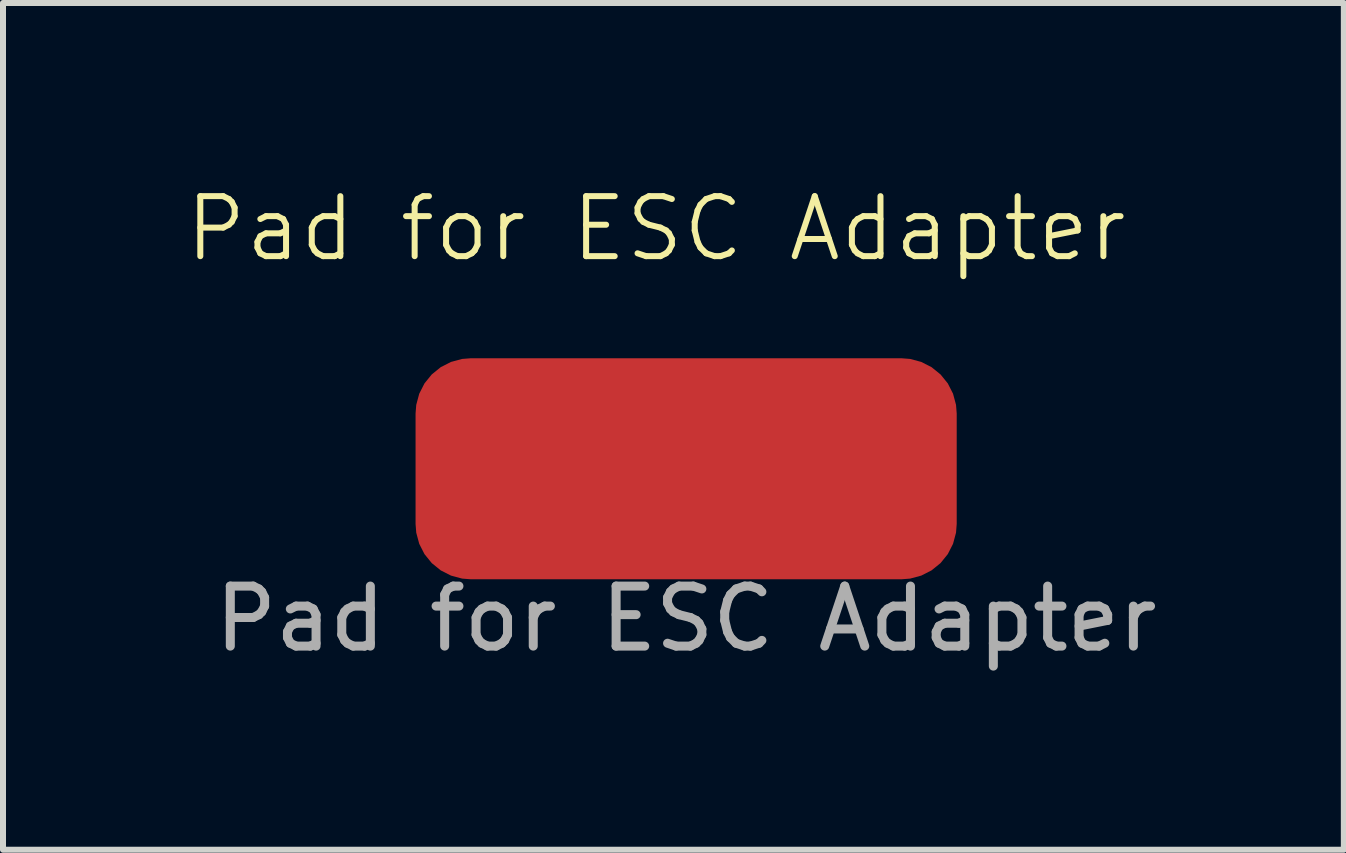
<source format=kicad_pcb>
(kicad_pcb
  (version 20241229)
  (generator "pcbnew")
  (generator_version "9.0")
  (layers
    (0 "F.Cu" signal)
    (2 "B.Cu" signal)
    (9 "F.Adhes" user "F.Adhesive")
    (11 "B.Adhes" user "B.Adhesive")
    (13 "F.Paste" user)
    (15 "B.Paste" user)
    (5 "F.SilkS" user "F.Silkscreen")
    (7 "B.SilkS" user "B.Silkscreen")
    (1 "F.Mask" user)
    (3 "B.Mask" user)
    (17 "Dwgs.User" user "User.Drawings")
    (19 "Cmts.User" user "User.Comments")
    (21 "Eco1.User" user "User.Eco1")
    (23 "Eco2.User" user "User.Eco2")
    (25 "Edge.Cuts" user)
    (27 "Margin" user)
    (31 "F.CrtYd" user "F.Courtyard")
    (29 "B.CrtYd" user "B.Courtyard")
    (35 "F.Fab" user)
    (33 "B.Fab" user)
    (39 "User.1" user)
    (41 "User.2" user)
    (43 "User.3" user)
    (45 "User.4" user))
  (footprint "Pad for ESC Adapter"
    (layer "F.Cu")
    (at 8.383 4.761)
    (property "Reference" "Pad for ESC Adapter" (at -0.5 -4 0) (unlocked yes) (layer "F.SilkS") (effects (font (size 1 1) (thickness 0.1))))
    (attr smd)
    (fp_text user "${REFERENCE}" (at 0 2.5 0) (unlocked yes) (layer "F.Fab") (effects (font (size 1 1) (thickness 0.15))))
    (pad "1" smd roundrect (at 0 0 90) (size 3.683 9.017) (layers "F.Cu" "F.Mask" "F.Paste") (roundrect_rratio 0.25)))
  (gr_rect
    (start -3 -3)
    (end 19.342 11.109)
    (stroke (width 0.1) (type default))
    (fill no)
    (layer "Edge.Cuts")))
</source>
